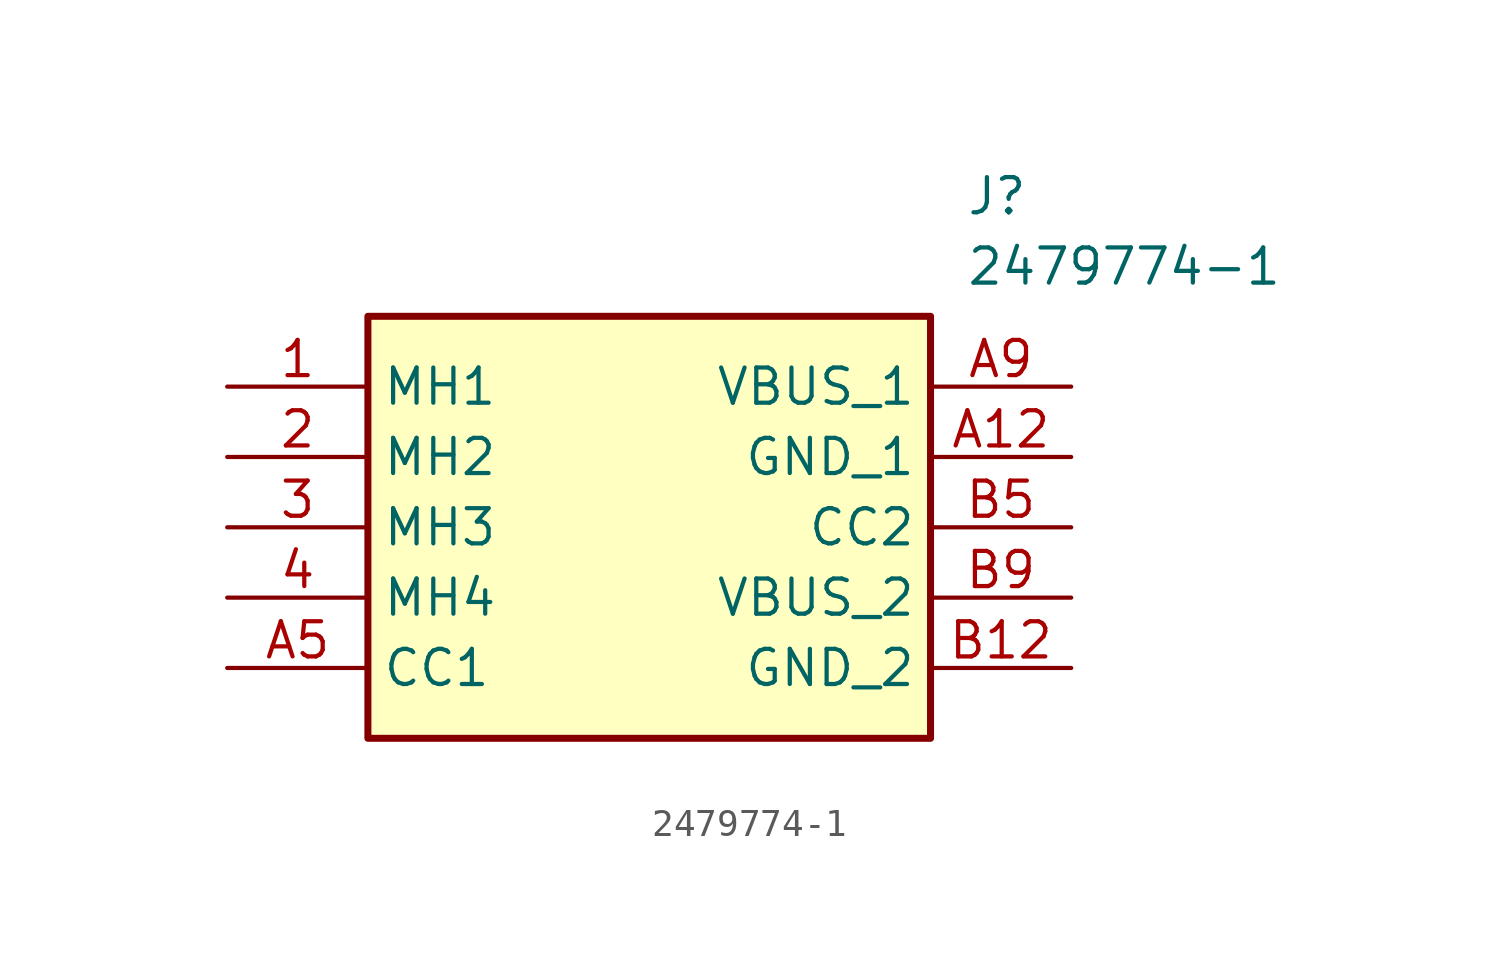
<source format=kicad_sym>
(kicad_symbol_lib
  (version 20211014)
  (generator SamacSys_ECAD_Model)
  (symbol "2479774-1"
    (property "Reference" "J"
      (at 26.67 7.62 0)
      (effects (font (size 1.27 1.27)) (justify left top)))
    (property "Value" "2479774-1"
      (at 26.67 5.08 0)
      (effects (font (size 1.27 1.27)) (justify left top)))
    (rectangle
      (start 5.08 2.54)
      (end 25.4 -12.7)
      (stroke (width 0.254) (type default))
      (fill (type background)))
    (pin passive line
      (at 0 0 0)
      (length 5.08)
      (name "MH1" (effects (font (size 1.27 1.27))))
      (number "1" (effects (font (size 1.27 1.27)))))
    (pin passive line
      (at 0 -2.54 0)
      (length 5.08)
      (name "MH2" (effects (font (size 1.27 1.27))))
      (number "2" (effects (font (size 1.27 1.27)))))
    (pin passive line
      (at 0 -5.08 0)
      (length 5.08)
      (name "MH3" (effects (font (size 1.27 1.27))))
      (number "3" (effects (font (size 1.27 1.27)))))
    (pin passive line
      (at 0 -7.62 0)
      (length 5.08)
      (name "MH4" (effects (font (size 1.27 1.27))))
      (number "4" (effects (font (size 1.27 1.27)))))
    (pin passive line
      (at 0 -10.16 0)
      (length 5.08)
      (name "CC1" (effects (font (size 1.27 1.27))))
      (number "A5" (effects (font (size 1.27 1.27)))))
    (pin passive line
      (at 30.48 0 180)
      (length 5.08)
      (name "VBUS_1" (effects (font (size 1.27 1.27))))
      (number "A9" (effects (font (size 1.27 1.27)))))
    (pin passive line
      (at 30.48 -2.54 180)
      (length 5.08)
      (name "GND_1" (effects (font (size 1.27 1.27))))
      (number "A12" (effects (font (size 1.27 1.27)))))
    (pin passive line
      (at 30.48 -5.08 180)
      (length 5.08)
      (name "CC2" (effects (font (size 1.27 1.27))))
      (number "B5" (effects (font (size 1.27 1.27)))))
    (pin passive line
      (at 30.48 -7.62 180)
      (length 5.08)
      (name "VBUS_2" (effects (font (size 1.27 1.27))))
      (number "B9" (effects (font (size 1.27 1.27)))))
    (pin passive line
      (at 30.48 -10.16 180)
      (length 5.08)
      (name "GND_2" (effects (font (size 1.27 1.27))))
      (number "B12" (effects (font (size 1.27 1.27)))))))
</source>
